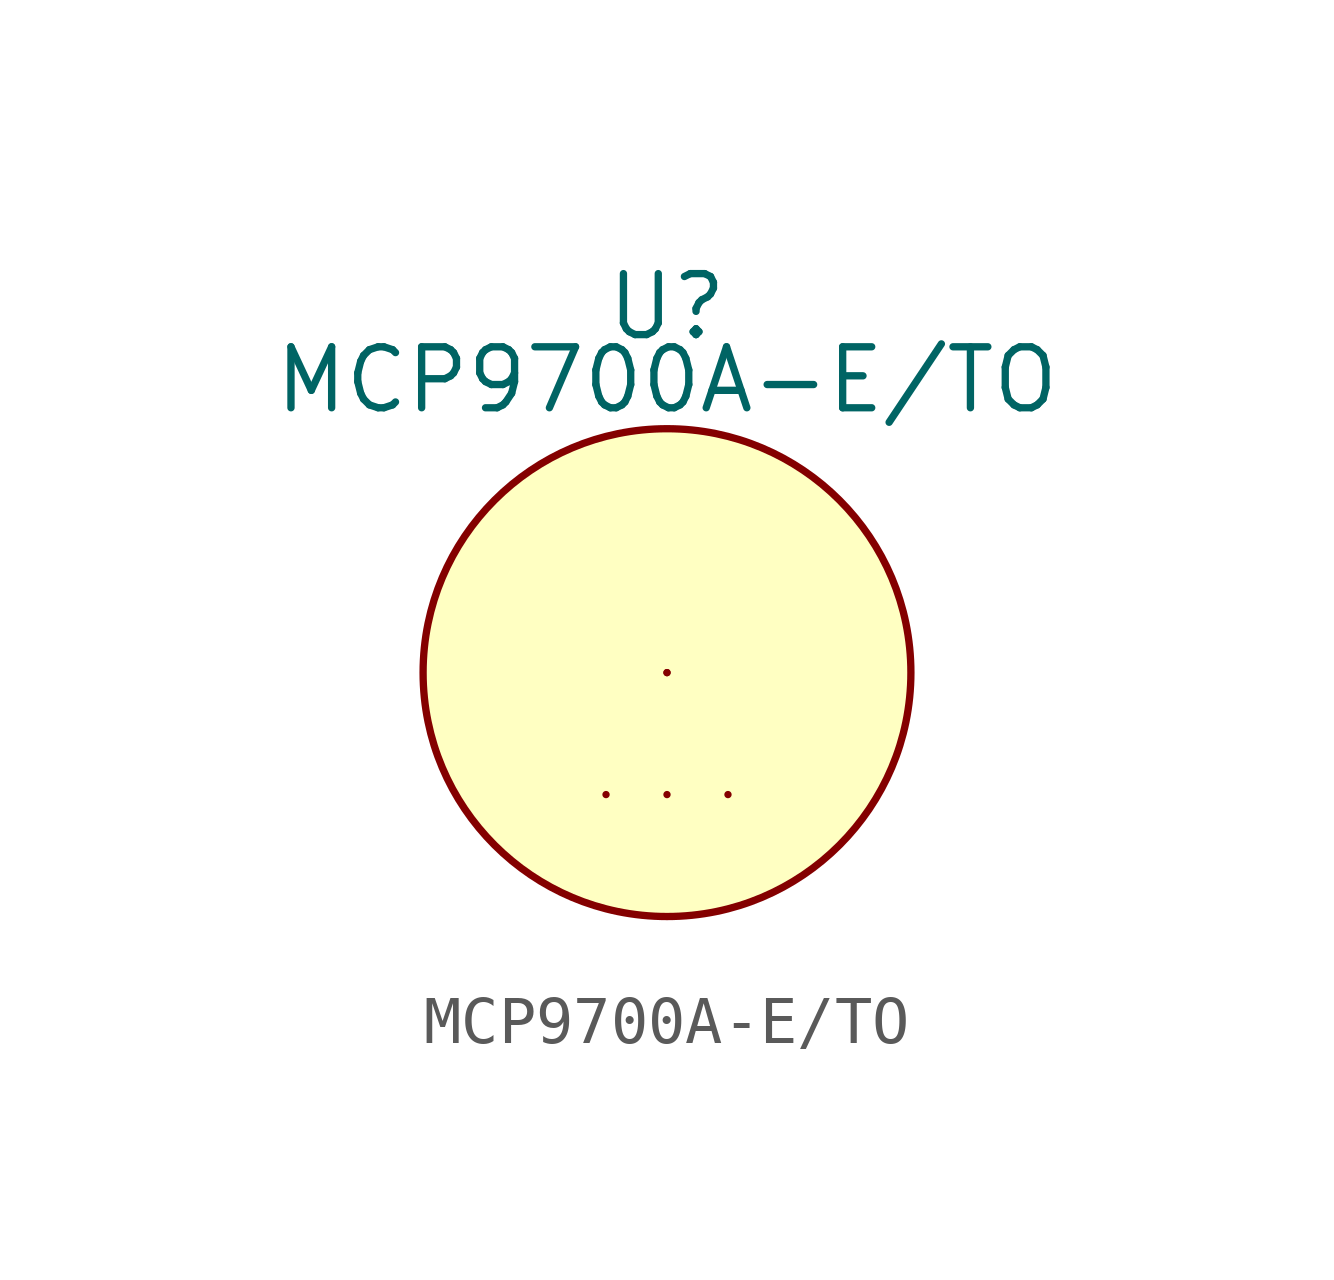
<source format=kicad_sym>
(kicad_symbol_lib
  (version 20231120)
  (generator "kicad_symbol_editor")
  (generator_version "8.0")
  (symbol "MCP9700A-E/TO"
    (property "Reference" "U"
      (at 0 0 0)
      (effects (font (size 1.27 1.27))))
    (property "Value" "MCP9700A-E/TO "
      (at 0 -1.524 0)
      (effects (font (size 1.27 1.27))))
    (symbol "MCP9700A-E/TO_1_1"
      (circle (center 0 -7.62) (radius 5.08) (stroke (width 0) (type default)) (fill (type background)))
      (polyline (pts (xy -1.27 -10.16) (xy -1.27 -10.16)) (stroke (width 0) (type default)) (fill (type none)))
      (polyline (pts (xy 0 -10.16) (xy 0 -10.16)) (stroke (width 0) (type default)) (fill (type none)))
      (polyline (pts (xy 0 -7.62) (xy 0 -7.62)) (stroke (width 0) (type default)) (fill (type none)))
      (polyline (pts (xy 0 -7.62) (xy 0 -7.62)) (stroke (width 0) (type default)) (fill (type none)))
      (polyline (pts (xy 1.27 -10.16) (xy 1.27 -10.16)) (stroke (width 0) (type default)) (fill (type none))))))
</source>
